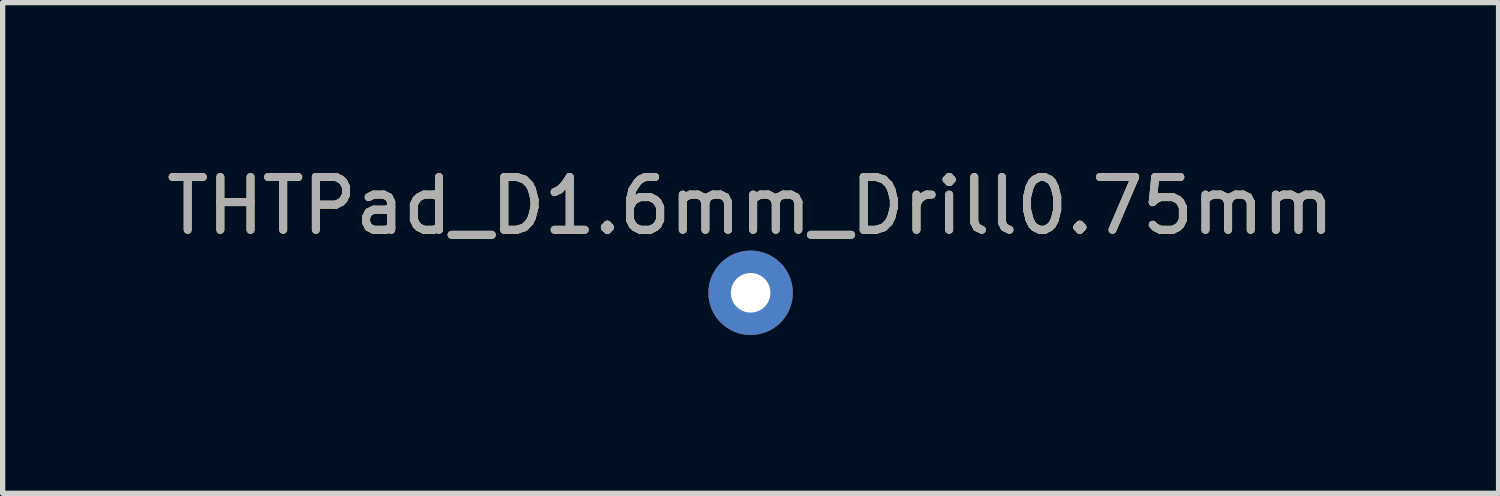
<source format=kicad_pcb>
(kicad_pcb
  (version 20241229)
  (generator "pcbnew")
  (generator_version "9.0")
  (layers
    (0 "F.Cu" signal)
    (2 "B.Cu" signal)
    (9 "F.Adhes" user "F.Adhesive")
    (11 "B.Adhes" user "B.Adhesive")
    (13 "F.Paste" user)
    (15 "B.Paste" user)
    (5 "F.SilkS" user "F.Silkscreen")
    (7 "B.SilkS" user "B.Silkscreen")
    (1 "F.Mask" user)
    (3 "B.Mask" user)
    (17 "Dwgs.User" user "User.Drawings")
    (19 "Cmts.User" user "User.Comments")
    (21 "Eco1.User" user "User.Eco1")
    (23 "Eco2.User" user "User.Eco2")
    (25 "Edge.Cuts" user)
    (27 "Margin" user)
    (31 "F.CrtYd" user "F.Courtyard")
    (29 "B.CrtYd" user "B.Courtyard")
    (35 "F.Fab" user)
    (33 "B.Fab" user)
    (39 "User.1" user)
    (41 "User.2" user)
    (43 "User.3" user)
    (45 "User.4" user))
  (footprint "THTPad_D1.6mm_Drill0.75mm"
    (layer "F.Cu")
    (at 11.173 2.498)
    (property "Reference" "THTPad_D1.6mm_Drill0.75mm" (at 0 -1.648 0) (layer "F.SilkS") (effects (font (size 1 1) (thickness 0.15))))
    (attr exclude_from_pos_files exclude_from_bom)
    (fp_text user "${REFERENCE}" (at 0 -1.65 0) (layer "F.Fab") (effects (font (size 1 1) (thickness 0.15))))
    (pad "1" thru_hole circle (at 0 0) (size 1.6 1.6) (drill 0.75) (layers "*.Cu" "*.Mask")))
  (gr_rect
    (start -3 -3)
    (end 25.345 6.298)
    (stroke (width 0.1) (type default))
    (fill no)
    (layer "Edge.Cuts")))
</source>
